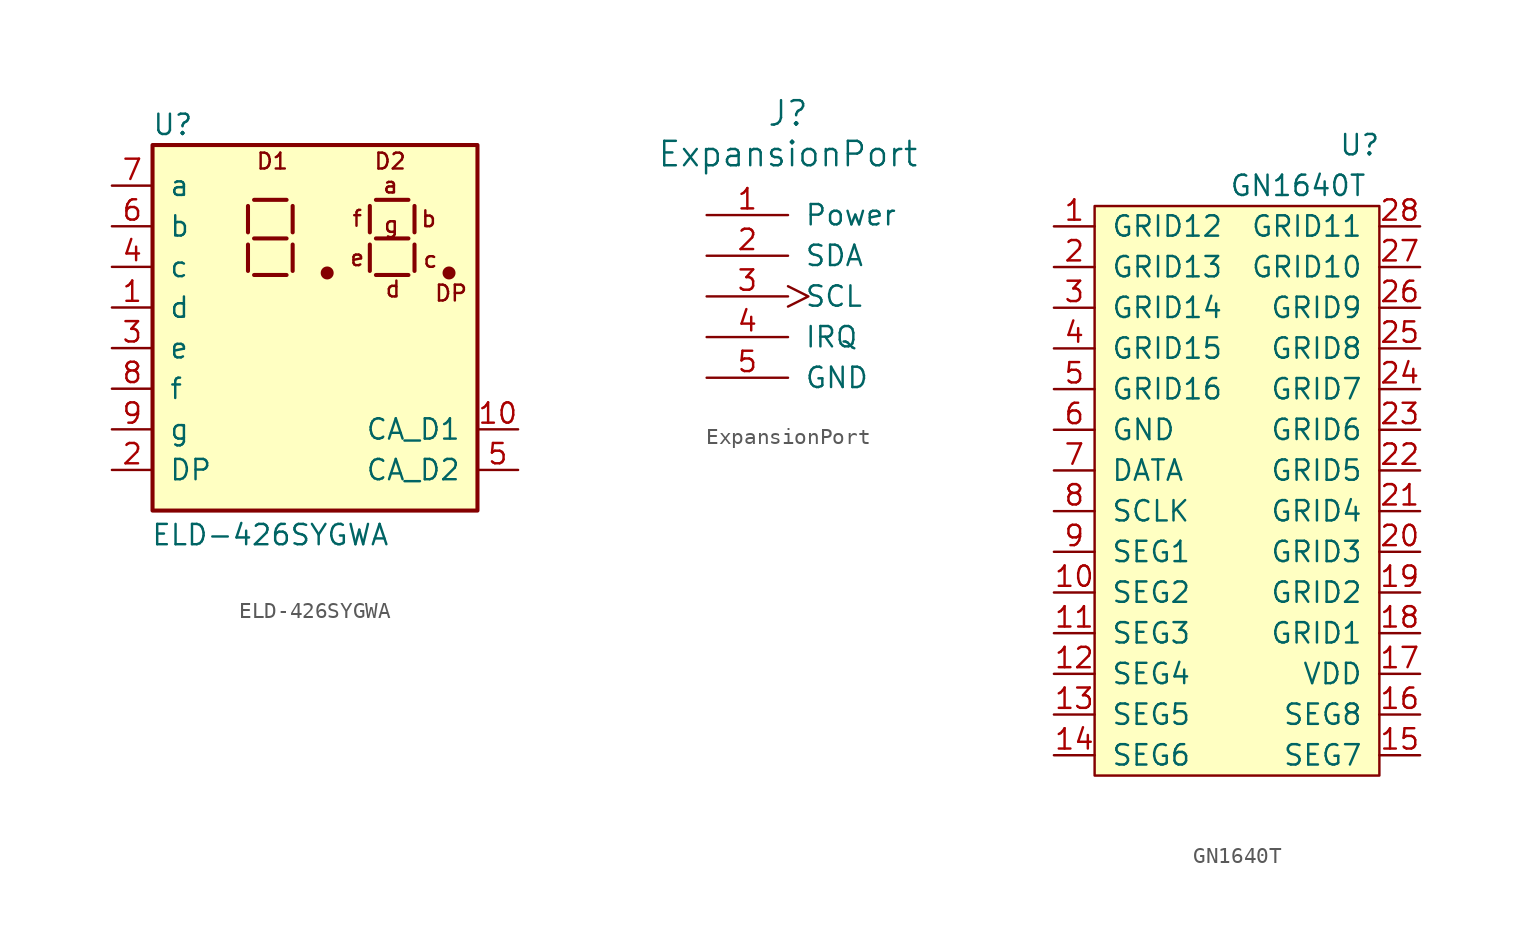
<source format=kicad_sym>
(kicad_symbol_lib
  (version 20231120)
  (generator "kicad_symbol_editor")
  (generator_version "8.0")
  (symbol "ELD-426SYGWA"
    (pin_names
      (offset 1.016))
    (property "Reference" "U"
      (at -8.89 11.43 0)
      (effects (font (size 1.27 1.27))))
    (property "Value" "ELD-426SYGWA"
      (at -2.794 -14.224 0)
      (effects (font (size 1.27 1.27))))
    (symbol "ELD-426SYGWA_0_0"
      (text "a" (at 4.724 7.645 0) (effects (font (size 0.991 0.991))))
      (text "b" (at 7.112 5.537 0) (effects (font (size 0.991 0.991))))
      (text "c" (at 7.214 2.997 0) (effects (font (size 0.991 0.991))))
      (text "d" (at 4.877 1.143 0) (effects (font (size 0.991 0.991))))
      (text "D1" (at -2.667 9.144 0) (effects (font (size 0.991 0.991))))
      (text "D2" (at 4.699 9.144 0) (effects (font (size 0.991 0.991))))
      (text "DP" (at 8.509 0.889 0) (effects (font (size 0.991 0.991))))
      (text "e" (at 2.642 3.099 0) (effects (font (size 0.991 0.991))))
      (text "f" (at 2.642 5.563 0) (effects (font (size 0.991 0.991))))
      (text "g" (at 4.775 5.182 0) (effects (font (size 0.991 0.991)))))
    (symbol "ELD-426SYGWA_0_1"
      (rectangle (start -10.16 10.16) (end 10.16 -12.7) (stroke (width 0.254) (type default)) (fill (type background)))
      (polyline (pts (xy -4.191 2.286) (xy -4.191 3.937)) (stroke (width 0.254) (type default)) (fill (type none)))
      (polyline (pts (xy -4.191 4.699) (xy -4.191 6.35)) (stroke (width 0.254) (type default)) (fill (type none)))
      (polyline (pts (xy -3.81 2.032) (xy -1.778 2.032)) (stroke (width 0.254) (type default)) (fill (type none)))
      (polyline (pts (xy -3.81 4.318) (xy -1.778 4.318)) (stroke (width 0.254) (type default)) (fill (type none)))
      (polyline (pts (xy -3.81 6.731) (xy -1.778 6.731)) (stroke (width 0.254) (type default)) (fill (type none)))
      (polyline (pts (xy -1.397 2.286) (xy -1.397 3.937)) (stroke (width 0.254) (type default)) (fill (type none)))
      (polyline (pts (xy -1.397 4.699) (xy -1.397 6.35)) (stroke (width 0.254) (type default)) (fill (type none)))
      (polyline (pts (xy 3.429 2.286) (xy 3.429 3.937)) (stroke (width 0.254) (type default)) (fill (type none)))
      (polyline (pts (xy 3.429 4.699) (xy 3.429 6.35)) (stroke (width 0.254) (type default)) (fill (type none)))
      (polyline (pts (xy 3.81 2.032) (xy 5.842 2.032)) (stroke (width 0.254) (type default)) (fill (type none)))
      (polyline (pts (xy 3.81 4.318) (xy 5.842 4.318)) (stroke (width 0.254) (type default)) (fill (type none)))
      (polyline (pts (xy 3.81 6.731) (xy 5.842 6.731)) (stroke (width 0.254) (type default)) (fill (type none)))
      (polyline (pts (xy 6.223 2.286) (xy 6.223 3.937)) (stroke (width 0.254) (type default)) (fill (type none)))
      (polyline (pts (xy 6.223 4.699) (xy 6.223 6.35)) (stroke (width 0.254) (type default)) (fill (type none)))
      (circle (center 0.762 2.159) (radius 0.279) (stroke (width 0.254) (type default)) (fill (type outline)))
      (circle (center 8.382 2.159) (radius 0.279) (stroke (width 0.254) (type default)) (fill (type outline))))
    (symbol "ELD-426SYGWA_1_1"
      (pin input line (at -12.7 0 0) (length 2.54) (name "d" (effects (font (size 1.27 1.27)))) (number "1" (effects (font (size 1.27 1.27)))))
      (pin input line (at 12.7 -7.62 180) (length 2.54) (name "CA_D1" (effects (font (size 1.27 1.27)))) (number "10" (effects (font (size 1.27 1.27)))))
      (pin input line (at -12.7 -10.16 0) (length 2.54) (name "DP" (effects (font (size 1.27 1.27)))) (number "2" (effects (font (size 1.27 1.27)))))
      (pin input line (at -12.7 -2.54 0) (length 2.54) (name "e" (effects (font (size 1.27 1.27)))) (number "3" (effects (font (size 1.27 1.27)))))
      (pin input line (at -12.7 2.54 0) (length 2.54) (name "c" (effects (font (size 1.27 1.27)))) (number "4" (effects (font (size 1.27 1.27)))))
      (pin input line (at 12.7 -10.16 180) (length 2.54) (name "CA_D2" (effects (font (size 1.27 1.27)))) (number "5" (effects (font (size 1.27 1.27)))))
      (pin input line (at -12.7 5.08 0) (length 2.54) (name "b" (effects (font (size 1.27 1.27)))) (number "6" (effects (font (size 1.27 1.27)))))
      (pin input line (at -12.7 7.62 0) (length 2.54) (name "a" (effects (font (size 1.27 1.27)))) (number "7" (effects (font (size 1.27 1.27)))))
      (pin input line (at -12.7 -5.08 0) (length 2.54) (name "f" (effects (font (size 1.27 1.27)))) (number "8" (effects (font (size 1.27 1.27)))))
      (pin input line (at -12.7 -7.62 0) (length 2.54) (name "g" (effects (font (size 1.27 1.27)))) (number "9" (effects (font (size 1.27 1.27)))))))
  (symbol "ExpansionPort"
    (pin_names
      (offset 1.016))
    (property "Reference" "J"
      (at 0 2.54 0)
      (effects (font (size 1.524 1.524))))
    (property "Value" "ExpansionPort"
      (at 0 0 0)
      (effects (font (size 1.524 1.524))))
    (symbol "ExpansionPort_1_1"
      (pin power_in line (at -5.08 -3.81 0) (length 5.08) (name "Power" (effects (font (size 1.27 1.27)))) (number "1" (effects (font (size 1.27 1.27)))))
      (pin bidirectional line (at -5.08 -6.35 0) (length 5.08) (name "SDA" (effects (font (size 1.27 1.27)))) (number "2" (effects (font (size 1.27 1.27)))))
      (pin bidirectional clock (at -5.08 -8.89 0) (length 5.08) (name "SCL" (effects (font (size 1.27 1.27)))) (number "3" (effects (font (size 1.27 1.27)))))
      (pin bidirectional line (at -5.08 -11.43 0) (length 5.08) (name "IRQ" (effects (font (size 1.27 1.27)))) (number "4" (effects (font (size 1.27 1.27)))))
      (pin input line (at -5.08 -13.97 0) (length 5.08) (name "GND" (effects (font (size 1.27 1.27)))) (number "5" (effects (font (size 1.27 1.27)))))))
  (symbol "GN1640T"
    (pin_names
      (offset 1.016))
    (property "Reference" "U"
      (at 6.35 21.59 0)
      (effects (font (size 1.27 1.27)) (justify left)))
    (property "Value" "GN1640T"
      (at 3.81 19.05 0)
      (effects (font (size 1.27 1.27))))
    (symbol "GN1640T_0_0"
      (pin output line (at -11.43 16.51 0) (length 2.54) (name "GRID12" (effects (font (size 1.27 1.27)))) (number "1" (effects (font (size 1.27 1.27)))))
      (pin output line (at -11.43 -6.35 0) (length 2.54) (name "SEG2" (effects (font (size 1.27 1.27)))) (number "10" (effects (font (size 1.27 1.27)))))
      (pin output line (at -11.43 -8.89 0) (length 2.54) (name "SEG3" (effects (font (size 1.27 1.27)))) (number "11" (effects (font (size 1.27 1.27)))))
      (pin output line (at -11.43 -11.43 0) (length 2.54) (name "SEG4" (effects (font (size 1.27 1.27)))) (number "12" (effects (font (size 1.27 1.27)))))
      (pin output line (at -11.43 -13.97 0) (length 2.54) (name "SEG5" (effects (font (size 1.27 1.27)))) (number "13" (effects (font (size 1.27 1.27)))))
      (pin output line (at -11.43 -16.51 0) (length 2.54) (name "SEG6" (effects (font (size 1.27 1.27)))) (number "14" (effects (font (size 1.27 1.27)))))
      (pin output line (at 11.43 -16.51 180) (length 2.54) (name "SEG7" (effects (font (size 1.27 1.27)))) (number "15" (effects (font (size 1.27 1.27)))))
      (pin output line (at 11.43 -13.97 180) (length 2.54) (name "SEG8" (effects (font (size 1.27 1.27)))) (number "16" (effects (font (size 1.27 1.27)))))
      (pin power_in line (at 11.43 -11.43 180) (length 2.54) (name "VDD" (effects (font (size 1.27 1.27)))) (number "17" (effects (font (size 1.27 1.27)))))
      (pin output line (at 11.43 -8.89 180) (length 2.54) (name "GRID1" (effects (font (size 1.27 1.27)))) (number "18" (effects (font (size 1.27 1.27)))))
      (pin output line (at 11.43 -6.35 180) (length 2.54) (name "GRID2" (effects (font (size 1.27 1.27)))) (number "19" (effects (font (size 1.27 1.27)))))
      (pin output line (at -11.43 13.97 0) (length 2.54) (name "GRID13" (effects (font (size 1.27 1.27)))) (number "2" (effects (font (size 1.27 1.27)))))
      (pin output line (at 11.43 -3.81 180) (length 2.54) (name "GRID3" (effects (font (size 1.27 1.27)))) (number "20" (effects (font (size 1.27 1.27)))))
      (pin output line (at 11.43 -1.27 180) (length 2.54) (name "GRID4" (effects (font (size 1.27 1.27)))) (number "21" (effects (font (size 1.27 1.27)))))
      (pin output line (at 11.43 1.27 180) (length 2.54) (name "GRID5" (effects (font (size 1.27 1.27)))) (number "22" (effects (font (size 1.27 1.27)))))
      (pin output line (at 11.43 3.81 180) (length 2.54) (name "GRID6" (effects (font (size 1.27 1.27)))) (number "23" (effects (font (size 1.27 1.27)))))
      (pin output line (at 11.43 6.35 180) (length 2.54) (name "GRID7" (effects (font (size 1.27 1.27)))) (number "24" (effects (font (size 1.27 1.27)))))
      (pin output line (at 11.43 8.89 180) (length 2.54) (name "GRID8" (effects (font (size 1.27 1.27)))) (number "25" (effects (font (size 1.27 1.27)))))
      (pin output line (at 11.43 11.43 180) (length 2.54) (name "GRID9" (effects (font (size 1.27 1.27)))) (number "26" (effects (font (size 1.27 1.27)))))
      (pin output line (at 11.43 13.97 180) (length 2.54) (name "GRID10" (effects (font (size 1.27 1.27)))) (number "27" (effects (font (size 1.27 1.27)))))
      (pin output line (at 11.43 16.51 180) (length 2.54) (name "GRID11" (effects (font (size 1.27 1.27)))) (number "28" (effects (font (size 1.27 1.27)))))
      (pin output line (at -11.43 11.43 0) (length 2.54) (name "GRID14" (effects (font (size 1.27 1.27)))) (number "3" (effects (font (size 1.27 1.27)))))
      (pin output line (at -11.43 8.89 0) (length 2.54) (name "GRID15" (effects (font (size 1.27 1.27)))) (number "4" (effects (font (size 1.27 1.27)))))
      (pin output line (at -11.43 6.35 0) (length 2.54) (name "GRID16" (effects (font (size 1.27 1.27)))) (number "5" (effects (font (size 1.27 1.27)))))
      (pin power_in line (at -11.43 3.81 0) (length 2.54) (name "GND" (effects (font (size 1.27 1.27)))) (number "6" (effects (font (size 1.27 1.27)))))
      (pin bidirectional line (at -11.43 1.27 0) (length 2.54) (name "DATA" (effects (font (size 1.27 1.27)))) (number "7" (effects (font (size 1.27 1.27)))))
      (pin bidirectional line (at -11.43 -1.27 0) (length 2.54) (name "SCLK" (effects (font (size 1.27 1.27)))) (number "8" (effects (font (size 1.27 1.27)))))
      (pin output line (at -11.43 -3.81 0) (length 2.54) (name "SEG1" (effects (font (size 1.27 1.27)))) (number "9" (effects (font (size 1.27 1.27))))))
    (symbol "GN1640T_0_1"
      (rectangle (start -8.89 17.78) (end 8.89 -17.78) (stroke (width 0) (type default)) (fill (type background))))))
</source>
